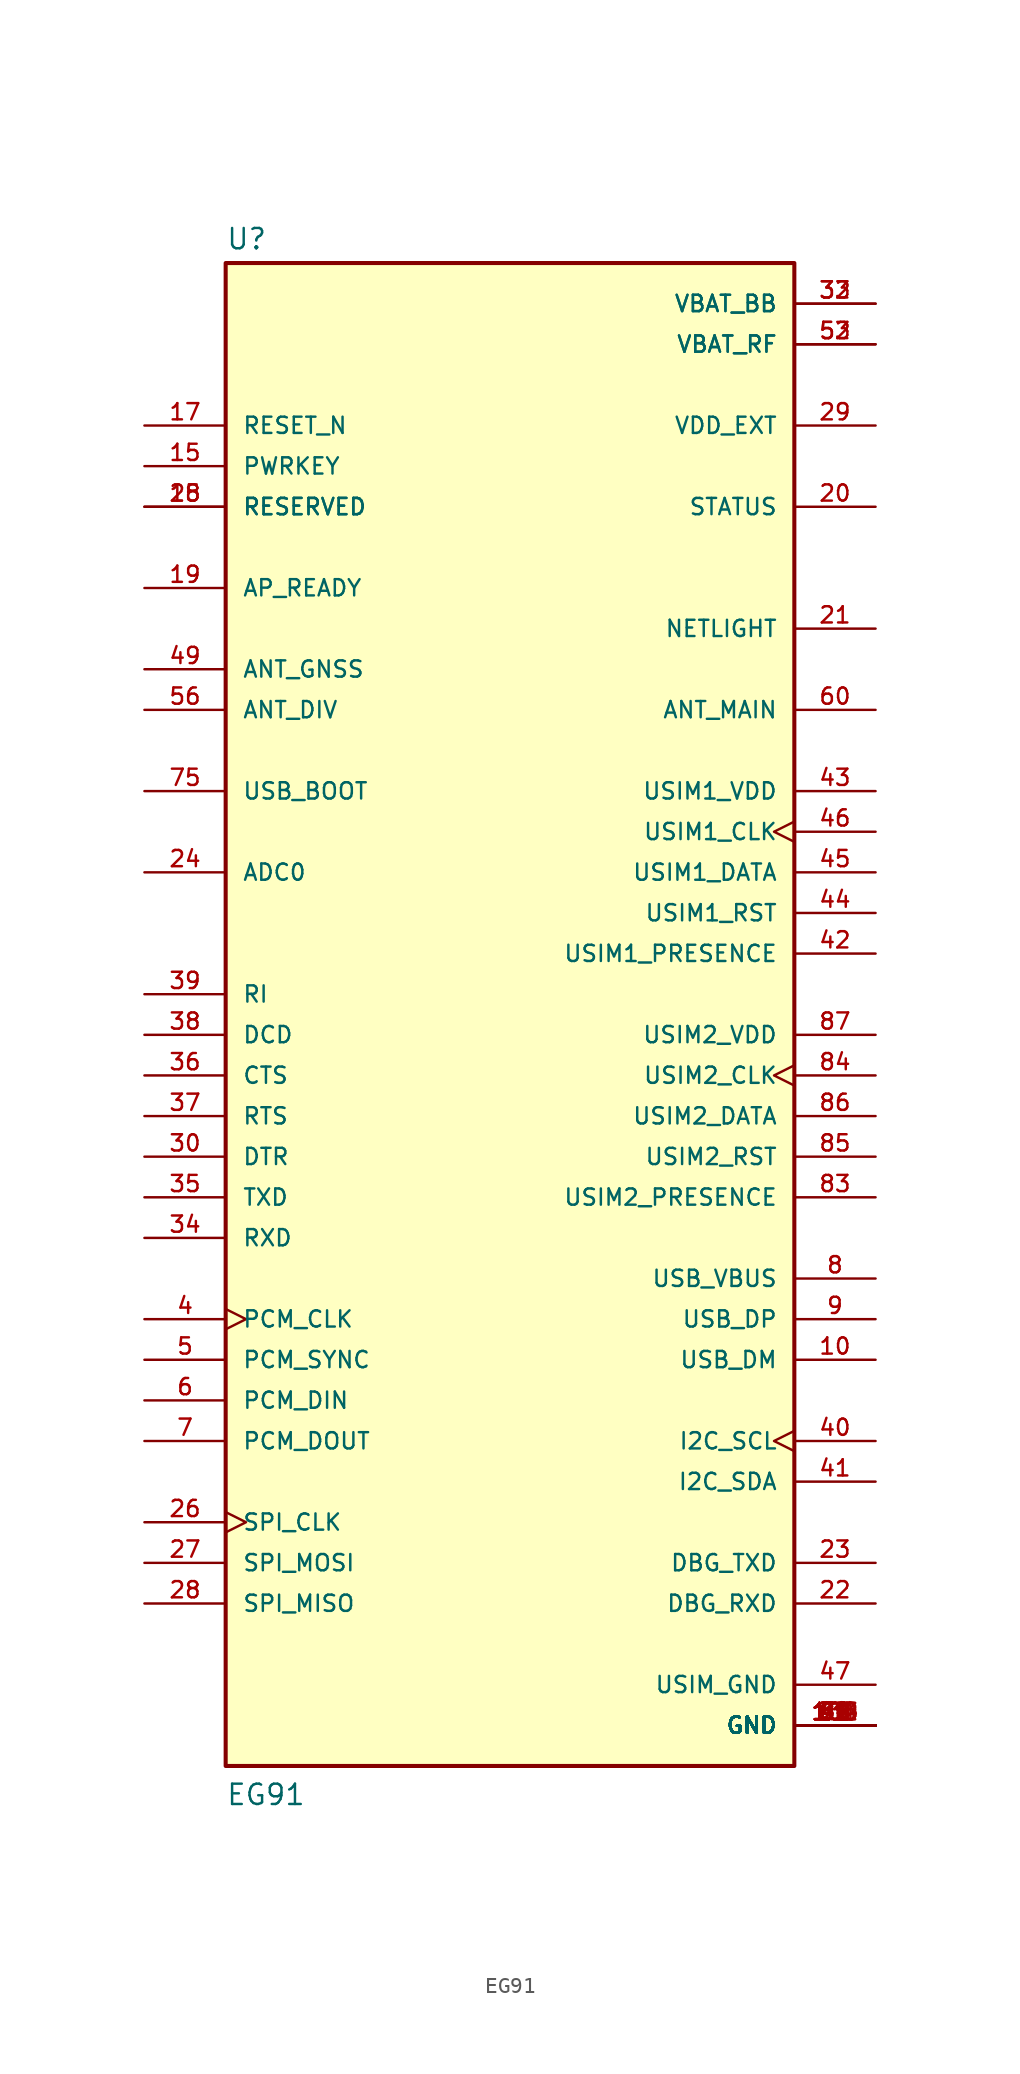
<source format=kicad_sym>
(kicad_symbol_lib
  (version 20231120)
  (generator "kicad_symbol_editor")
  (generator_version "8.0")
  (symbol "EG91"
    (pin_names
      (offset 1.016))
    (property "Reference" "U"
      (at -17.78 46.482 0)
      (effects (font (size 1.27 1.27)) (justify left bottom)))
    (property "Value" "EG91"
      (at -17.78 -50.8 0)
      (effects (font (size 1.27 1.27)) (justify left bottom)))
    (symbol "EG91_0_0"
      (rectangle (start -17.78 -48.26) (end 17.78 45.72) (stroke (width 0.254) (type default)) (fill (type background)))
      (pin bidirectional line (at 22.86 -22.86 180) (length 5.08) (name "USB_DM" (effects (font (size 1.016 1.016)))) (number "10" (effects (font (size 1.016 1.016)))))
      (pin power_in line (at 22.86 -45.72 180) (length 5.08) (name "GND" (effects (font (size 1.016 1.016)))) (number "100" (effects (font (size 1.016 1.016)))))
      (pin power_in line (at 22.86 -45.72 180) (length 5.08) (name "GND" (effects (font (size 1.016 1.016)))) (number "101" (effects (font (size 1.016 1.016)))))
      (pin power_in line (at 22.86 -45.72 180) (length 5.08) (name "GND" (effects (font (size 1.016 1.016)))) (number "102" (effects (font (size 1.016 1.016)))))
      (pin power_in line (at 22.86 -45.72 180) (length 5.08) (name "GND" (effects (font (size 1.016 1.016)))) (number "103" (effects (font (size 1.016 1.016)))))
      (pin power_in line (at 22.86 -45.72 180) (length 5.08) (name "GND" (effects (font (size 1.016 1.016)))) (number "104" (effects (font (size 1.016 1.016)))))
      (pin power_in line (at 22.86 -45.72 180) (length 5.08) (name "GND" (effects (font (size 1.016 1.016)))) (number "105" (effects (font (size 1.016 1.016)))))
      (pin power_in line (at 22.86 -45.72 180) (length 5.08) (name "GND" (effects (font (size 1.016 1.016)))) (number "106" (effects (font (size 1.016 1.016)))))
      (pin input line (at -22.86 33.02 0) (length 5.08) (name "PWRKEY" (effects (font (size 1.016 1.016)))) (number "15" (effects (font (size 1.016 1.016)))))
      (pin input line (at -22.86 35.56 0) (length 5.08) (name "RESET_N" (effects (font (size 1.016 1.016)))) (number "17" (effects (font (size 1.016 1.016)))))
      (pin bidirectional line (at -22.86 30.48 0) (length 5.08) (name "RESERVED" (effects (font (size 1.016 1.016)))) (number "18" (effects (font (size 1.016 1.016)))))
      (pin input line (at -22.86 25.4 0) (length 5.08) (name "AP_READY" (effects (font (size 1.016 1.016)))) (number "19" (effects (font (size 1.016 1.016)))))
      (pin output line (at 22.86 30.48 180) (length 5.08) (name "STATUS" (effects (font (size 1.016 1.016)))) (number "20" (effects (font (size 1.016 1.016)))))
      (pin output line (at 22.86 22.86 180) (length 5.08) (name "NETLIGHT" (effects (font (size 1.016 1.016)))) (number "21" (effects (font (size 1.016 1.016)))))
      (pin input line (at 22.86 -38.1 180) (length 5.08) (name "DBG_RXD" (effects (font (size 1.016 1.016)))) (number "22" (effects (font (size 1.016 1.016)))))
      (pin output line (at 22.86 -35.56 180) (length 5.08) (name "DBG_TXD" (effects (font (size 1.016 1.016)))) (number "23" (effects (font (size 1.016 1.016)))))
      (pin input line (at -22.86 7.62 0) (length 5.08) (name "ADC0" (effects (font (size 1.016 1.016)))) (number "24" (effects (font (size 1.016 1.016)))))
      (pin bidirectional line (at -22.86 30.48 0) (length 5.08) (name "RESERVED" (effects (font (size 1.016 1.016)))) (number "25" (effects (font (size 1.016 1.016)))))
      (pin output clock (at -22.86 -33.02 0) (length 5.08) (name "SPI_CLK" (effects (font (size 1.016 1.016)))) (number "26" (effects (font (size 1.016 1.016)))))
      (pin output line (at -22.86 -35.56 0) (length 5.08) (name "SPI_MOSI" (effects (font (size 1.016 1.016)))) (number "27" (effects (font (size 1.016 1.016)))))
      (pin input line (at -22.86 -38.1 0) (length 5.08) (name "SPI_MISO" (effects (font (size 1.016 1.016)))) (number "28" (effects (font (size 1.016 1.016)))))
      (pin output line (at 22.86 35.56 180) (length 5.08) (name "VDD_EXT" (effects (font (size 1.016 1.016)))) (number "29" (effects (font (size 1.016 1.016)))))
      (pin power_in line (at 22.86 -45.72 180) (length 5.08) (name "GND" (effects (font (size 1.016 1.016)))) (number "3" (effects (font (size 1.016 1.016)))))
      (pin input line (at -22.86 -10.16 0) (length 5.08) (name "DTR" (effects (font (size 1.016 1.016)))) (number "30" (effects (font (size 1.016 1.016)))))
      (pin power_in line (at 22.86 -45.72 180) (length 5.08) (name "GND" (effects (font (size 1.016 1.016)))) (number "31" (effects (font (size 1.016 1.016)))))
      (pin power_in line (at 22.86 43.18 180) (length 5.08) (name "VBAT_BB" (effects (font (size 1.016 1.016)))) (number "32" (effects (font (size 1.016 1.016)))))
      (pin power_in line (at 22.86 43.18 180) (length 5.08) (name "VBAT_BB" (effects (font (size 1.016 1.016)))) (number "33" (effects (font (size 1.016 1.016)))))
      (pin input line (at -22.86 -15.24 0) (length 5.08) (name "RXD" (effects (font (size 1.016 1.016)))) (number "34" (effects (font (size 1.016 1.016)))))
      (pin output line (at -22.86 -12.7 0) (length 5.08) (name "TXD" (effects (font (size 1.016 1.016)))) (number "35" (effects (font (size 1.016 1.016)))))
      (pin output line (at -22.86 -5.08 0) (length 5.08) (name "CTS" (effects (font (size 1.016 1.016)))) (number "36" (effects (font (size 1.016 1.016)))))
      (pin input line (at -22.86 -7.62 0) (length 5.08) (name "RTS" (effects (font (size 1.016 1.016)))) (number "37" (effects (font (size 1.016 1.016)))))
      (pin output line (at -22.86 -2.54 0) (length 5.08) (name "DCD" (effects (font (size 1.016 1.016)))) (number "38" (effects (font (size 1.016 1.016)))))
      (pin output line (at -22.86 0 0) (length 5.08) (name "RI" (effects (font (size 1.016 1.016)))) (number "39" (effects (font (size 1.016 1.016)))))
      (pin bidirectional clock (at -22.86 -20.32 0) (length 5.08) (name "PCM_CLK" (effects (font (size 1.016 1.016)))) (number "4" (effects (font (size 1.016 1.016)))))
      (pin output clock (at 22.86 -27.94 180) (length 5.08) (name "I2C_SCL" (effects (font (size 1.016 1.016)))) (number "40" (effects (font (size 1.016 1.016)))))
      (pin output line (at 22.86 -30.48 180) (length 5.08) (name "I2C_SDA" (effects (font (size 1.016 1.016)))) (number "41" (effects (font (size 1.016 1.016)))))
      (pin input line (at 22.86 2.54 180) (length 5.08) (name "USIM1_PRESENCE" (effects (font (size 1.016 1.016)))) (number "42" (effects (font (size 1.016 1.016)))))
      (pin power_in line (at 22.86 12.7 180) (length 5.08) (name "USIM1_VDD" (effects (font (size 1.016 1.016)))) (number "43" (effects (font (size 1.016 1.016)))))
      (pin output line (at 22.86 5.08 180) (length 5.08) (name "USIM1_RST" (effects (font (size 1.016 1.016)))) (number "44" (effects (font (size 1.016 1.016)))))
      (pin bidirectional line (at 22.86 7.62 180) (length 5.08) (name "USIM1_DATA" (effects (font (size 1.016 1.016)))) (number "45" (effects (font (size 1.016 1.016)))))
      (pin output clock (at 22.86 10.16 180) (length 5.08) (name "USIM1_CLK" (effects (font (size 1.016 1.016)))) (number "46" (effects (font (size 1.016 1.016)))))
      (pin power_in line (at 22.86 -43.18 180) (length 5.08) (name "USIM_GND" (effects (font (size 1.016 1.016)))) (number "47" (effects (font (size 1.016 1.016)))))
      (pin power_in line (at 22.86 -45.72 180) (length 5.08) (name "GND" (effects (font (size 1.016 1.016)))) (number "48" (effects (font (size 1.016 1.016)))))
      (pin input line (at -22.86 20.32 0) (length 5.08) (name "ANT_GNSS" (effects (font (size 1.016 1.016)))) (number "49" (effects (font (size 1.016 1.016)))))
      (pin bidirectional line (at -22.86 -22.86 0) (length 5.08) (name "PCM_SYNC" (effects (font (size 1.016 1.016)))) (number "5" (effects (font (size 1.016 1.016)))))
      (pin power_in line (at 22.86 -45.72 180) (length 5.08) (name "GND" (effects (font (size 1.016 1.016)))) (number "50" (effects (font (size 1.016 1.016)))))
      (pin power_in line (at 22.86 40.64 180) (length 5.08) (name "VBAT_RF" (effects (font (size 1.016 1.016)))) (number "52" (effects (font (size 1.016 1.016)))))
      (pin power_in line (at 22.86 40.64 180) (length 5.08) (name "VBAT_RF" (effects (font (size 1.016 1.016)))) (number "53" (effects (font (size 1.016 1.016)))))
      (pin power_in line (at 22.86 -45.72 180) (length 5.08) (name "GND" (effects (font (size 1.016 1.016)))) (number "54" (effects (font (size 1.016 1.016)))))
      (pin power_in line (at 22.86 -45.72 180) (length 5.08) (name "GND" (effects (font (size 1.016 1.016)))) (number "55" (effects (font (size 1.016 1.016)))))
      (pin input line (at -22.86 17.78 0) (length 5.08) (name "ANT_DIV" (effects (font (size 1.016 1.016)))) (number "56" (effects (font (size 1.016 1.016)))))
      (pin power_in line (at 22.86 -45.72 180) (length 5.08) (name "GND" (effects (font (size 1.016 1.016)))) (number "58" (effects (font (size 1.016 1.016)))))
      (pin power_in line (at 22.86 -45.72 180) (length 5.08) (name "GND" (effects (font (size 1.016 1.016)))) (number "59" (effects (font (size 1.016 1.016)))))
      (pin input line (at -22.86 -25.4 0) (length 5.08) (name "PCM_DIN" (effects (font (size 1.016 1.016)))) (number "6" (effects (font (size 1.016 1.016)))))
      (pin bidirectional line (at 22.86 17.78 180) (length 5.08) (name "ANT_MAIN" (effects (font (size 1.016 1.016)))) (number "60" (effects (font (size 1.016 1.016)))))
      (pin power_in line (at 22.86 -45.72 180) (length 5.08) (name "GND" (effects (font (size 1.016 1.016)))) (number "61" (effects (font (size 1.016 1.016)))))
      (pin power_in line (at 22.86 -45.72 180) (length 5.08) (name "GND" (effects (font (size 1.016 1.016)))) (number "62" (effects (font (size 1.016 1.016)))))
      (pin power_in line (at 22.86 -45.72 180) (length 5.08) (name "GND" (effects (font (size 1.016 1.016)))) (number "67" (effects (font (size 1.016 1.016)))))
      (pin power_in line (at 22.86 -45.72 180) (length 5.08) (name "GND" (effects (font (size 1.016 1.016)))) (number "68" (effects (font (size 1.016 1.016)))))
      (pin power_in line (at 22.86 -45.72 180) (length 5.08) (name "GND" (effects (font (size 1.016 1.016)))) (number "69" (effects (font (size 1.016 1.016)))))
      (pin output line (at -22.86 -27.94 0) (length 5.08) (name "PCM_DOUT" (effects (font (size 1.016 1.016)))) (number "7" (effects (font (size 1.016 1.016)))))
      (pin power_in line (at 22.86 -45.72 180) (length 5.08) (name "GND" (effects (font (size 1.016 1.016)))) (number "70" (effects (font (size 1.016 1.016)))))
      (pin power_in line (at 22.86 -45.72 180) (length 5.08) (name "GND" (effects (font (size 1.016 1.016)))) (number "71" (effects (font (size 1.016 1.016)))))
      (pin power_in line (at 22.86 -45.72 180) (length 5.08) (name "GND" (effects (font (size 1.016 1.016)))) (number "72" (effects (font (size 1.016 1.016)))))
      (pin power_in line (at 22.86 -45.72 180) (length 5.08) (name "GND" (effects (font (size 1.016 1.016)))) (number "73" (effects (font (size 1.016 1.016)))))
      (pin power_in line (at 22.86 -45.72 180) (length 5.08) (name "GND" (effects (font (size 1.016 1.016)))) (number "74" (effects (font (size 1.016 1.016)))))
      (pin input line (at -22.86 12.7 0) (length 5.08) (name "USB_BOOT" (effects (font (size 1.016 1.016)))) (number "75" (effects (font (size 1.016 1.016)))))
      (pin power_in line (at 22.86 -45.72 180) (length 5.08) (name "GND" (effects (font (size 1.016 1.016)))) (number "79" (effects (font (size 1.016 1.016)))))
      (pin power_in line (at 22.86 -17.78 180) (length 5.08) (name "USB_VBUS" (effects (font (size 1.016 1.016)))) (number "8" (effects (font (size 1.016 1.016)))))
      (pin power_in line (at 22.86 -45.72 180) (length 5.08) (name "GND" (effects (font (size 1.016 1.016)))) (number "80" (effects (font (size 1.016 1.016)))))
      (pin power_in line (at 22.86 -45.72 180) (length 5.08) (name "GND" (effects (font (size 1.016 1.016)))) (number "81" (effects (font (size 1.016 1.016)))))
      (pin power_in line (at 22.86 -45.72 180) (length 5.08) (name "GND" (effects (font (size 1.016 1.016)))) (number "82" (effects (font (size 1.016 1.016)))))
      (pin input line (at 22.86 -12.7 180) (length 5.08) (name "USIM2_PRESENCE" (effects (font (size 1.016 1.016)))) (number "83" (effects (font (size 1.016 1.016)))))
      (pin output clock (at 22.86 -5.08 180) (length 5.08) (name "USIM2_CLK" (effects (font (size 1.016 1.016)))) (number "84" (effects (font (size 1.016 1.016)))))
      (pin output line (at 22.86 -10.16 180) (length 5.08) (name "USIM2_RST" (effects (font (size 1.016 1.016)))) (number "85" (effects (font (size 1.016 1.016)))))
      (pin bidirectional line (at 22.86 -7.62 180) (length 5.08) (name "USIM2_DATA" (effects (font (size 1.016 1.016)))) (number "86" (effects (font (size 1.016 1.016)))))
      (pin power_in line (at 22.86 -2.54 180) (length 5.08) (name "USIM2_VDD" (effects (font (size 1.016 1.016)))) (number "87" (effects (font (size 1.016 1.016)))))
      (pin power_in line (at 22.86 -45.72 180) (length 5.08) (name "GND" (effects (font (size 1.016 1.016)))) (number "89" (effects (font (size 1.016 1.016)))))
      (pin bidirectional line (at 22.86 -20.32 180) (length 5.08) (name "USB_DP" (effects (font (size 1.016 1.016)))) (number "9" (effects (font (size 1.016 1.016)))))
      (pin power_in line (at 22.86 -45.72 180) (length 5.08) (name "GND" (effects (font (size 1.016 1.016)))) (number "90" (effects (font (size 1.016 1.016)))))
      (pin power_in line (at 22.86 -45.72 180) (length 5.08) (name "GND" (effects (font (size 1.016 1.016)))) (number "91" (effects (font (size 1.016 1.016))))))))
</source>
